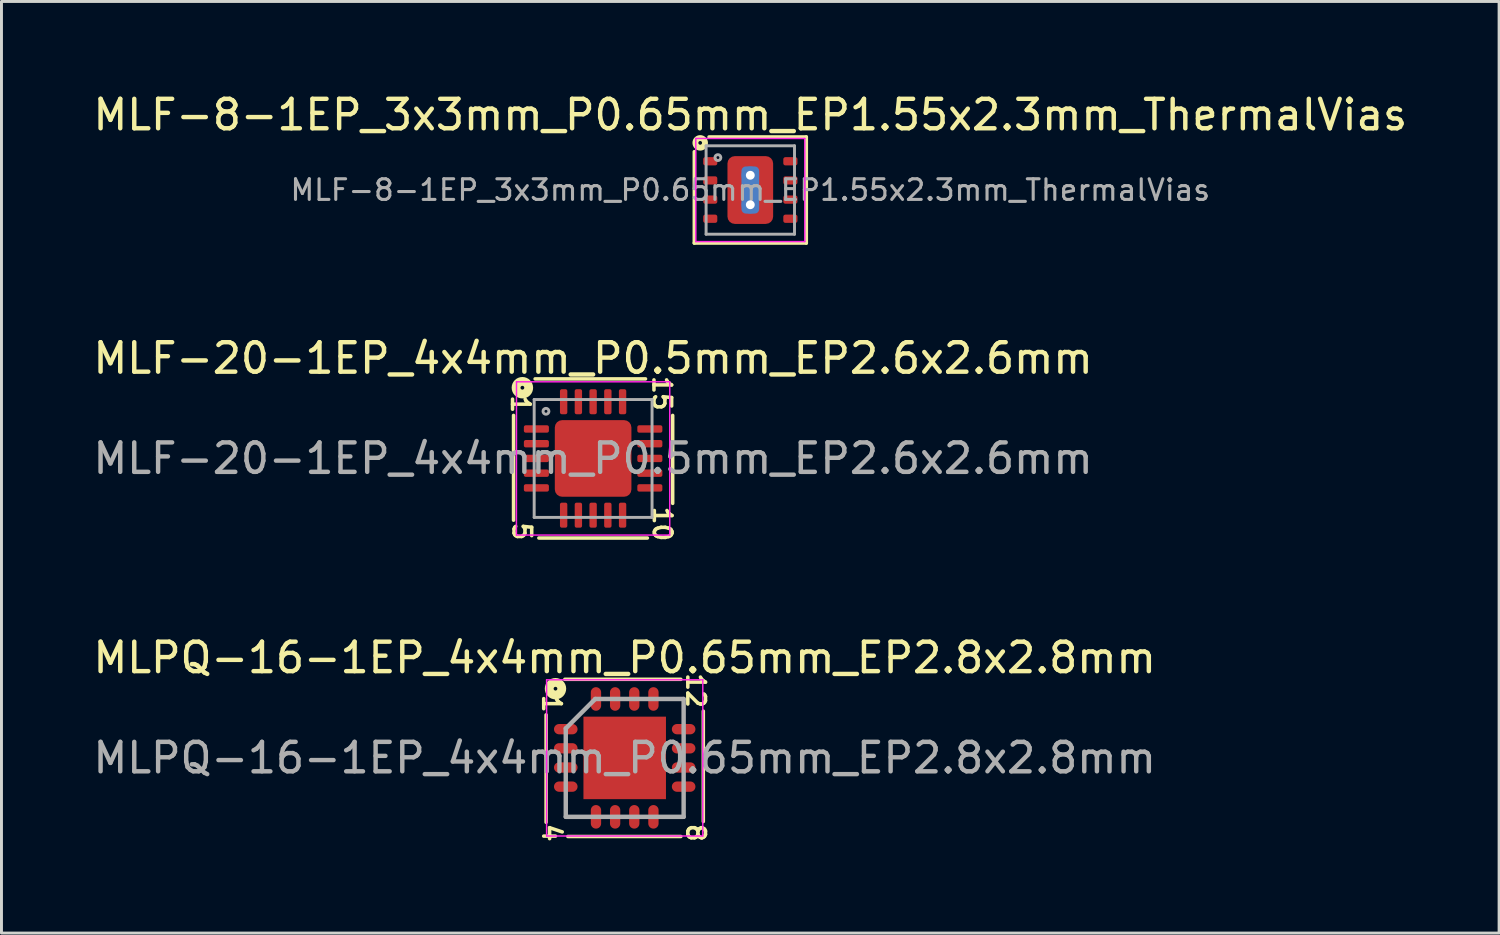
<source format=kicad_pcb>
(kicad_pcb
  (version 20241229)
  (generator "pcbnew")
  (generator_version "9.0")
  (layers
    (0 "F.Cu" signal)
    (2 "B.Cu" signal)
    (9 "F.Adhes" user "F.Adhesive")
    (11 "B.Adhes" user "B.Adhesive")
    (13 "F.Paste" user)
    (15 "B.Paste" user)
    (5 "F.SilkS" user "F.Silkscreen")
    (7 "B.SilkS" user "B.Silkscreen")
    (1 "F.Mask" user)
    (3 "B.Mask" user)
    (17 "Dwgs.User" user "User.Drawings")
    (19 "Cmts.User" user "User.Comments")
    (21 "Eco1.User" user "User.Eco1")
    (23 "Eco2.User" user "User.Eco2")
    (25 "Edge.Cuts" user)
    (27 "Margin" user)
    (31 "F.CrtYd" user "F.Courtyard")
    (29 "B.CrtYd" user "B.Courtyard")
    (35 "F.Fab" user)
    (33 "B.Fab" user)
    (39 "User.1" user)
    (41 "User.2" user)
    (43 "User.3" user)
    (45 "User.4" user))
  (footprint "MLF-8-1EP_3x3mm_P0.65mm_EP1.55x2.3mm_ThermalVias"
    (layer "F.Cu")
    (at 22.411 3.398)
    (property "Reference" "MLF-8-1EP_3x3mm_P0.65mm_EP1.55x2.3mm_ThermalVias" (at 0 -2.55 0) (layer "F.SilkS") (effects (font (size 1 1) (thickness 0.15))))
    (attr smd)
    (fp_line (start -1.9 1.8) (end -1.9 -1.3) (stroke (width 0.12) (type solid)) (layer "F.SilkS"))
    (fp_line (start -1.4 -1.8) (end 1.9 -1.8) (stroke (width 0.12) (type solid)) (layer "F.SilkS"))
    (fp_line (start 1.9 -1.8) (end 1.9 1.8) (stroke (width 0.12) (type solid)) (layer "F.SilkS"))
    (fp_line (start 1.9 1.8) (end -1.9 1.8) (stroke (width 0.12) (type solid)) (layer "F.SilkS"))
    (fp_circle (center -1.7 -1.6) (end -1.637 -1.6) (stroke (width 0.2) (type solid)) (fill no) (layer "F.SilkS"))
    (fp_line (start -1.85 -1.75) (end -1.85 1.75) (stroke (width 0.05) (type solid)) (layer "F.CrtYd"))
    (fp_line (start -1.85 -1.75) (end 1.85 -1.75) (stroke (width 0.05) (type solid)) (layer "F.CrtYd"))
    (fp_line (start -1.85 1.75) (end 1.85 1.75) (stroke (width 0.05) (type solid)) (layer "F.CrtYd"))
    (fp_line (start 1.85 -1.75) (end 1.85 1.75) (stroke (width 0.05) (type solid)) (layer "F.CrtYd"))
    (fp_line (start -1.5 -1.5) (end 1.5 -1.5) (stroke (width 0.1) (type solid)) (layer "F.Fab"))
    (fp_line (start -1.5 1.5) (end -1.5 -1.5) (stroke (width 0.1) (type solid)) (layer "F.Fab"))
    (fp_line (start 1.5 -1.5) (end 1.5 1.5) (stroke (width 0.1) (type solid)) (layer "F.Fab"))
    (fp_line (start 1.5 1.5) (end -1.5 1.5) (stroke (width 0.1) (type solid)) (layer "F.Fab"))
    (fp_circle (center -1.1 -1.1) (end -1 -1.1) (stroke (width 0.1) (type solid)) (fill no) (layer "F.Fab"))
    (fp_text user "${REFERENCE}" (at 0 0 0) (layer "F.Fab") (effects (font (size 0.7 0.7) (thickness 0.105))))
    (pad "" smd roundrect (at 0 -0.9) (size 1.5 0.4) (layers "F.Paste") (roundrect_rratio 0.25))
    (pad "" smd roundrect (at 0 0) (size 1.5 0.65) (layers "F.Paste") (roundrect_rratio 0.25))
    (pad "" smd roundrect (at 0 0.9) (size 1.5 0.4) (layers "F.Paste") (roundrect_rratio 0.25))
    (pad "1" smd roundrect (at -1.36 -0.975) (size 0.48 0.28) (layers "F.Cu" "F.Mask" "F.Paste") (roundrect_rratio 0.25))
    (pad "2" smd roundrect (at -1.36 -0.325) (size 0.48 0.28) (layers "F.Cu" "F.Mask" "F.Paste") (roundrect_rratio 0.25))
    (pad "3" smd roundrect (at -1.36 0.325) (size 0.48 0.28) (layers "F.Cu" "F.Mask" "F.Paste") (roundrect_rratio 0.25))
    (pad "4" smd roundrect (at -1.36 0.975) (size 0.48 0.28) (layers "F.Cu" "F.Mask" "F.Paste") (roundrect_rratio 0.25))
    (pad "5" smd roundrect (at 1.36 0.975) (size 0.48 0.28) (layers "F.Cu" "F.Mask" "F.Paste") (roundrect_rratio 0.25))
    (pad "6" smd roundrect (at 1.36 0.325) (size 0.48 0.28) (layers "F.Cu" "F.Mask" "F.Paste") (roundrect_rratio 0.25))
    (pad "7" smd roundrect (at 1.36 -0.325) (size 0.48 0.28) (layers "F.Cu" "F.Mask" "F.Paste") (roundrect_rratio 0.25))
    (pad "8" smd roundrect (at 1.36 -0.975) (size 0.48 0.28) (layers "F.Cu" "F.Mask" "F.Paste") (roundrect_rratio 0.25))
    (pad "9" thru_hole circle (at 0 -0.5) (size 0.6 0.6) (drill 0.3) (property pad_prop_heatsink) (layers "*.Cu" "*.Mask"))
    (pad "9" smd roundrect (at 0 0) (size 0.6 1.6) (layers "B.Cu" "B.Mask") (roundrect_rratio 0.25))
    (pad "9" smd roundrect (at 0 0) (size 1.55 2.3) (layers "F.Cu" "F.Mask") (roundrect_rratio 0.161))
    (pad "9" thru_hole circle (at 0 0.5) (size 0.6 0.6) (drill 0.3) (property pad_prop_heatsink) (layers "*.Cu" "*.Mask")))
  (footprint "MLPQ-16-1EP_4x4mm_P0.65mm_EP2.8x2.8mm"
    (layer "F.Cu")
    (at 18.149 22.669)
    (property "Reference" "MLPQ-16-1EP_4x4mm_P0.65mm_EP2.8x2.8mm" (at 0 -3.4 0) (layer "F.SilkS") (effects (font (size 1 1) (thickness 0.15))))
    (attr smd)
    (fp_line (start -2.667 2.184) (end -2.667 -1.46) (stroke (width 0.12) (type solid)) (layer "F.SilkS"))
    (fp_line (start -2.032 -2.667) (end 1.905 -2.667) (stroke (width 0.12) (type solid)) (layer "F.SilkS"))
    (fp_line (start 1.905 2.667) (end -1.93 2.667) (stroke (width 0.12) (type solid)) (layer "F.SilkS"))
    (fp_line (start 2.667 -1.587) (end 2.667 2.159) (stroke (width 0.12) (type solid)) (layer "F.SilkS"))
    (fp_circle (center -2.349 -2.349) (end -2.286 -2.349) (stroke (width 0.3) (type solid)) (fill no) (layer "F.SilkS"))
    (fp_line (start -2.65 -2.65) (end -2.65 2.65) (stroke (width 0.05) (type solid)) (layer "F.CrtYd"))
    (fp_line (start -2.65 -2.65) (end 2.65 -2.65) (stroke (width 0.05) (type solid)) (layer "F.CrtYd"))
    (fp_line (start -2.65 2.65) (end 2.65 2.65) (stroke (width 0.05) (type solid)) (layer "F.CrtYd"))
    (fp_line (start 2.65 -2.65) (end 2.65 2.65) (stroke (width 0.05) (type solid)) (layer "F.CrtYd"))
    (fp_line (start -2 -1) (end -1 -2) (stroke (width 0.15) (type solid)) (layer "F.Fab"))
    (fp_line (start -2 2) (end -2 -1) (stroke (width 0.15) (type solid)) (layer "F.Fab"))
    (fp_line (start -1 -2) (end 2 -2) (stroke (width 0.15) (type solid)) (layer "F.Fab"))
    (fp_line (start 2 -2) (end 2 2) (stroke (width 0.15) (type solid)) (layer "F.Fab"))
    (fp_line (start 2 2) (end -2 2) (stroke (width 0.15) (type solid)) (layer "F.Fab"))
    (fp_text user "12" (at 2.413 -2.286 270) (unlocked yes) (layer "F.SilkS") (effects (font (size 0.6 0.6) (thickness 0.12))))
    (fp_text user "1" (at -2.477 -1.841 270) (unlocked yes) (layer "F.SilkS") (effects (font (size 0.6 0.6) (thickness 0.12))))
    (fp_text user "4" (at -2.477 2.54 270) (unlocked yes) (layer "F.SilkS") (effects (font (size 0.6 0.6) (thickness 0.12))))
    (fp_text user "8" (at 2.413 2.54 270) (unlocked yes) (layer "F.SilkS") (effects (font (size 0.6 0.6) (thickness 0.12))))
    (fp_text user "${REFERENCE}" (at 0 0 0) (layer "F.Fab") (effects (font (size 1 1) (thickness 0.15))))
    (pad "" smd rect (at -0.7 -0.7) (size 1.13 1.13) (layers "F.Paste"))
    (pad "" smd rect (at -0.7 0.7) (size 1.13 1.13) (layers "F.Paste"))
    (pad "" smd rect (at 0.7 -0.7) (size 1.13 1.13) (layers "F.Paste"))
    (pad "" smd rect (at 0.7 0.7) (size 1.13 1.13) (layers "F.Paste"))
    (pad "1" smd oval (at -2 -0.975) (size 0.8 0.35) (layers "F.Cu" "F.Mask" "F.Paste"))
    (pad "2" smd oval (at -2 -0.325) (size 0.8 0.35) (layers "F.Cu" "F.Mask" "F.Paste"))
    (pad "3" smd oval (at -2 0.325) (size 0.8 0.35) (layers "F.Cu" "F.Mask" "F.Paste"))
    (pad "4" smd oval (at -2 0.975) (size 0.8 0.35) (layers "F.Cu" "F.Mask" "F.Paste"))
    (pad "5" smd oval (at -0.975 2 90) (size 0.8 0.35) (layers "F.Cu" "F.Mask" "F.Paste"))
    (pad "6" smd oval (at -0.325 2 90) (size 0.8 0.35) (layers "F.Cu" "F.Mask" "F.Paste"))
    (pad "7" smd oval (at 0.325 2 90) (size 0.8 0.35) (layers "F.Cu" "F.Mask" "F.Paste"))
    (pad "8" smd oval (at 0.975 2 90) (size 0.8 0.35) (layers "F.Cu" "F.Mask" "F.Paste"))
    (pad "9" smd oval (at 2 0.975) (size 0.8 0.35) (layers "F.Cu" "F.Mask" "F.Paste"))
    (pad "10" smd oval (at 2 0.325) (size 0.8 0.35) (layers "F.Cu" "F.Mask" "F.Paste"))
    (pad "11" smd oval (at 2 -0.325) (size 0.8 0.35) (layers "F.Cu" "F.Mask" "F.Paste"))
    (pad "12" smd oval (at 2 -0.975) (size 0.8 0.35) (layers "F.Cu" "F.Mask" "F.Paste"))
    (pad "13" smd oval (at 0.975 -2 90) (size 0.8 0.35) (layers "F.Cu" "F.Mask" "F.Paste"))
    (pad "14" smd oval (at 0.325 -2 90) (size 0.8 0.35) (layers "F.Cu" "F.Mask" "F.Paste"))
    (pad "15" smd oval (at -0.325 -2 90) (size 0.8 0.35) (layers "F.Cu" "F.Mask" "F.Paste"))
    (pad "16" smd oval (at -0.975 -2 90) (size 0.8 0.35) (layers "F.Cu" "F.Mask" "F.Paste"))
    (pad "17" smd rect (at 0 0) (size 2.8 2.8) (layers "F.Cu" "F.Mask")))
  (footprint "MLF-20-1EP_4x4mm_P0.5mm_EP2.6x2.6mm"
    (layer "F.Cu")
    (at 17.077 12.507)
    (property "Reference" "MLF-20-1EP_4x4mm_P0.5mm_EP2.6x2.6mm" (at 0 -3.4 0) (layer "F.SilkS") (effects (font (size 1 1) (thickness 0.15))))
    (attr smd)
    (fp_line (start -2.7 2.095) (end -2.7 -1.46) (stroke (width 0.12) (type solid)) (layer "F.SilkS"))
    (fp_line (start -1.968 -2.7) (end 1.778 -2.7) (stroke (width 0.12) (type solid)) (layer "F.SilkS"))
    (fp_line (start 1.841 2.7) (end -1.841 2.7) (stroke (width 0.12) (type solid)) (layer "F.SilkS"))
    (fp_line (start 2.7 -1.46) (end 2.7 1.524) (stroke (width 0.12) (type solid)) (layer "F.SilkS"))
    (fp_circle (center -2.4 -2.4) (end -2.336 -2.4) (stroke (width 0.3) (type solid)) (fill no) (layer "F.SilkS"))
    (fp_line (start -2.6 -2.6) (end -2.603 2.603) (stroke (width 0.05) (type solid)) (layer "F.CrtYd"))
    (fp_line (start -2.6 2.6) (end 2.6 2.6) (stroke (width 0.05) (type solid)) (layer "F.CrtYd"))
    (fp_line (start 2.6 -2.6) (end -2.6 -2.6) (stroke (width 0.05) (type solid)) (layer "F.CrtYd"))
    (fp_line (start 2.6 2.6) (end 2.6 -2.6) (stroke (width 0.05) (type solid)) (layer "F.CrtYd"))
    (fp_line (start -2 -2) (end 2 -2) (stroke (width 0.1) (type solid)) (layer "F.Fab"))
    (fp_line (start -2 2) (end -2 -2) (stroke (width 0.1) (type solid)) (layer "F.Fab"))
    (fp_line (start 2 -2) (end 2 2) (stroke (width 0.1) (type solid)) (layer "F.Fab"))
    (fp_line (start 2 2) (end -2 2) (stroke (width 0.1) (type solid)) (layer "F.Fab"))
    (fp_circle (center -1.6 -1.6) (end -1.5 -1.6) (stroke (width 0.1) (type solid)) (fill no) (layer "F.Fab"))
    (fp_text user "5" (at -2.413 2.477 270) (unlocked yes) (layer "F.SilkS") (effects (font (size 0.6 0.6) (thickness 0.12))))
    (fp_text user "10" (at 2.349 2.223 270) (unlocked yes) (layer "F.SilkS") (effects (font (size 0.6 0.6) (thickness 0.12))))
    (fp_text user "15" (at 2.336 -2.209 270) (unlocked yes) (layer "F.SilkS") (effects (font (size 0.6 0.6) (thickness 0.12))))
    (fp_text user "1" (at -2.463 -1.841 270) (unlocked yes) (layer "F.SilkS") (effects (font (size 0.6 0.6) (thickness 0.12))))
    (fp_text user "${REFERENCE}" (at 0 0 0) (layer "F.Fab") (effects (font (size 1 1) (thickness 0.15))))
    (pad "" smd roundrect (at -0.65 -0.65) (size 1.05 1.05) (layers "F.Paste") (roundrect_rratio 0.238))
    (pad "" smd roundrect (at -0.65 0.65) (size 1.05 1.05) (layers "F.Paste") (roundrect_rratio 0.238))
    (pad "" smd roundrect (at 0.65 -0.65) (size 1.05 1.05) (layers "F.Paste") (roundrect_rratio 0.238))
    (pad "" smd roundrect (at 0.65 0.65) (size 1.05 1.05) (layers "F.Paste") (roundrect_rratio 0.238))
    (pad "1" smd roundrect (at -1.925 -1) (size 0.85 0.25) (layers "F.Cu" "F.Mask" "F.Paste") (roundrect_rratio 0.25))
    (pad "2" smd roundrect (at -1.925 -0.5) (size 0.85 0.25) (layers "F.Cu" "F.Mask" "F.Paste") (roundrect_rratio 0.25))
    (pad "3" smd roundrect (at -1.925 0) (size 0.85 0.25) (layers "F.Cu" "F.Mask" "F.Paste") (roundrect_rratio 0.25))
    (pad "4" smd roundrect (at -1.925 0.5) (size 0.85 0.25) (layers "F.Cu" "F.Mask" "F.Paste") (roundrect_rratio 0.25))
    (pad "5" smd roundrect (at -1.925 1) (size 0.85 0.25) (layers "F.Cu" "F.Mask" "F.Paste") (roundrect_rratio 0.25))
    (pad "6" smd roundrect (at -1 1.925) (size 0.25 0.85) (layers "F.Cu" "F.Mask" "F.Paste") (roundrect_rratio 0.25))
    (pad "7" smd roundrect (at -0.5 1.925) (size 0.25 0.85) (layers "F.Cu" "F.Mask" "F.Paste") (roundrect_rratio 0.25))
    (pad "8" smd roundrect (at 0 1.925) (size 0.25 0.85) (layers "F.Cu" "F.Mask" "F.Paste") (roundrect_rratio 0.25))
    (pad "9" smd roundrect (at 0.5 1.925) (size 0.25 0.85) (layers "F.Cu" "F.Mask" "F.Paste") (roundrect_rratio 0.25))
    (pad "10" smd roundrect (at 1 1.925) (size 0.25 0.85) (layers "F.Cu" "F.Mask" "F.Paste") (roundrect_rratio 0.25))
    (pad "11" smd roundrect (at 1.925 1) (size 0.85 0.25) (layers "F.Cu" "F.Mask" "F.Paste") (roundrect_rratio 0.25))
    (pad "12" smd roundrect (at 1.925 0.5) (size 0.85 0.25) (layers "F.Cu" "F.Mask" "F.Paste") (roundrect_rratio 0.25))
    (pad "13" smd roundrect (at 1.925 0) (size 0.85 0.25) (layers "F.Cu" "F.Mask" "F.Paste") (roundrect_rratio 0.25))
    (pad "14" smd roundrect (at 1.925 -0.5) (size 0.85 0.25) (layers "F.Cu" "F.Mask" "F.Paste") (roundrect_rratio 0.25))
    (pad "15" smd roundrect (at 1.925 -1) (size 0.85 0.25) (layers "F.Cu" "F.Mask" "F.Paste") (roundrect_rratio 0.25))
    (pad "16" smd roundrect (at 1 -1.925) (size 0.25 0.85) (layers "F.Cu" "F.Mask" "F.Paste") (roundrect_rratio 0.25))
    (pad "17" smd roundrect (at 0.5 -1.925) (size 0.25 0.85) (layers "F.Cu" "F.Mask" "F.Paste") (roundrect_rratio 0.25))
    (pad "18" smd roundrect (at 0 -1.925) (size 0.25 0.85) (layers "F.Cu" "F.Mask" "F.Paste") (roundrect_rratio 0.25))
    (pad "19" smd roundrect (at -0.5 -1.925) (size 0.25 0.85) (layers "F.Cu" "F.Mask" "F.Paste") (roundrect_rratio 0.25))
    (pad "20" smd roundrect (at -1 -1.925) (size 0.25 0.85) (layers "F.Cu" "F.Mask" "F.Paste") (roundrect_rratio 0.25))
    (pad "21" smd roundrect (at 0 0) (size 2.6 2.6) (layers "F.Cu" "F.Mask") (roundrect_rratio 0.096)))
  (gr_rect
    (start -3 -3)
    (end 47.821 28.614)
    (stroke (width 0.1) (type default))
    (fill no)
    (layer "Edge.Cuts")))
</source>
